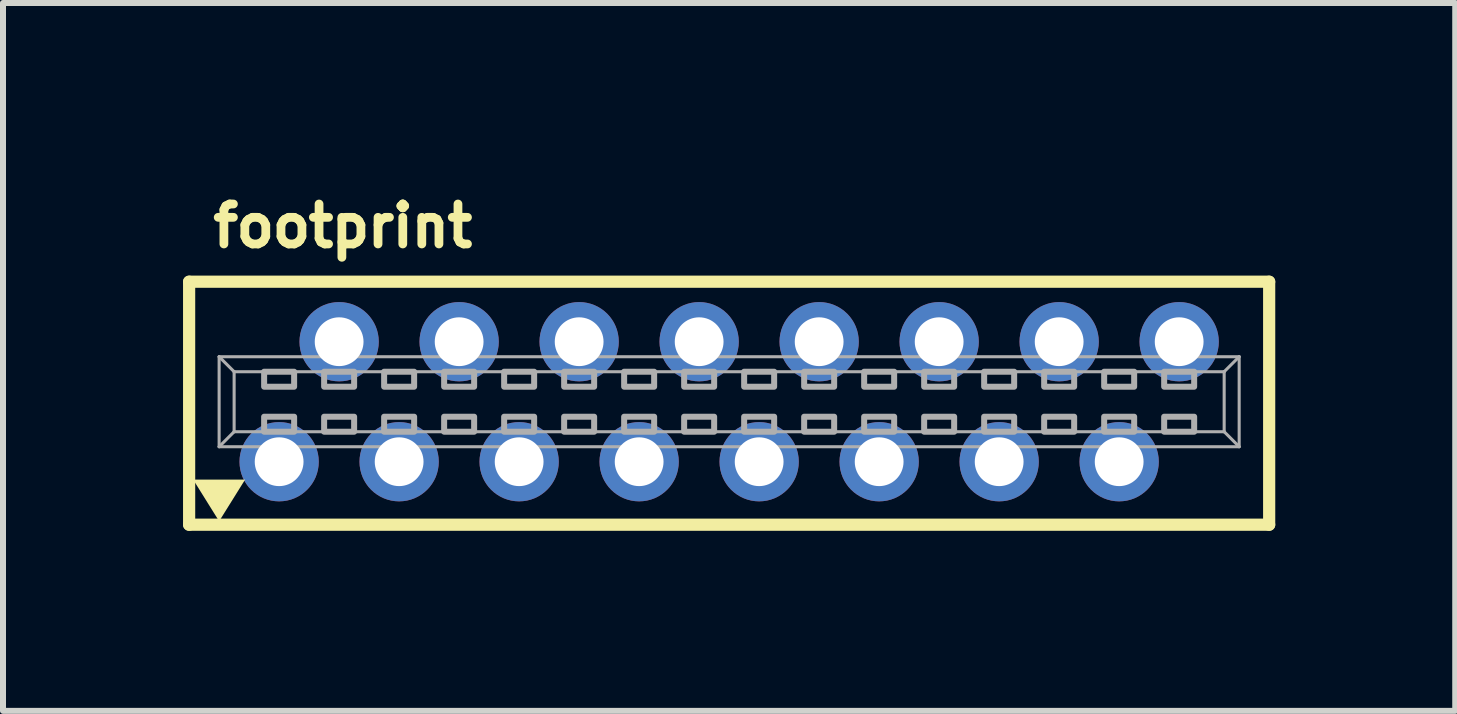
<source format=kicad_pcb>
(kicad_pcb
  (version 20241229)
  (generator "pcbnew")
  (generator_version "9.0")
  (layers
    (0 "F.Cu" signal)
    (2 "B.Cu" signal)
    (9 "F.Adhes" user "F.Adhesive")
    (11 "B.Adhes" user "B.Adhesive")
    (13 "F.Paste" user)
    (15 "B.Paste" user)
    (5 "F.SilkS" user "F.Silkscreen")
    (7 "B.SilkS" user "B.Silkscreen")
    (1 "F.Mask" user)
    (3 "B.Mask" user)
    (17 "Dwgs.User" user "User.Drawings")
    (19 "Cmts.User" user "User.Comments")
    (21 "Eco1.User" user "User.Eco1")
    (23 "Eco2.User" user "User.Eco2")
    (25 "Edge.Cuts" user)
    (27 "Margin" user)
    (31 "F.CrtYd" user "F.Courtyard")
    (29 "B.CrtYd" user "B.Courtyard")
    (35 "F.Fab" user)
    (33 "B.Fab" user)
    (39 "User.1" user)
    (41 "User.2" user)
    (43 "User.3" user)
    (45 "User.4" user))
  (footprint "footprint"
    (layer "F.Cu")
    (at 9.102 3.645)
    (property "Reference" "footprint" (at -8.675 -2.54 0) (layer "F.SilkS") (effects (font (size 0.666 0.666) (thickness 0.146)) (justify left bottom)))
    (fp_line (start -9 -2) (end -9 2.05) (stroke (width 0.203) (type solid)) (layer "F.SilkS"))
    (fp_line (start -9 2.05) (end 9 2.05) (stroke (width 0.203) (type solid)) (layer "F.SilkS"))
    (fp_line (start 9 -2) (end -9 -2) (stroke (width 0.203) (type solid)) (layer "F.SilkS"))
    (fp_line (start 9 -2) (end 9 2.05) (stroke (width 0.203) (type solid)) (layer "F.SilkS"))
    (fp_poly (pts (xy -8.5 1.992) (xy -8.933 1.298) (xy -8.067 1.298)) (stroke (width 0) (type solid)) (fill yes) (layer "F.SilkS"))
    (fp_line (start -8.5 -0.75) (end 8.5 -0.75) (stroke (width 0.051) (type solid)) (layer "F.Fab"))
    (fp_line (start -8.5 0.75) (end -8.5 -0.75) (stroke (width 0.051) (type solid)) (layer "F.Fab"))
    (fp_line (start -8.25 -0.5) (end -8.5 -0.75) (stroke (width 0.051) (type solid)) (layer "F.Fab"))
    (fp_line (start -8.25 -0.5) (end 8.25 -0.5) (stroke (width 0.051) (type solid)) (layer "F.Fab"))
    (fp_line (start -8.25 0.5) (end -8.5 0.75) (stroke (width 0.051) (type solid)) (layer "F.Fab"))
    (fp_line (start -8.25 0.5) (end -8.25 -0.5) (stroke (width 0.051) (type solid)) (layer "F.Fab"))
    (fp_line (start 8.25 -0.5) (end 8.25 0.5) (stroke (width 0.051) (type solid)) (layer "F.Fab"))
    (fp_line (start 8.25 -0.5) (end 8.5 -0.75) (stroke (width 0.051) (type solid)) (layer "F.Fab"))
    (fp_line (start 8.25 0.5) (end -8.25 0.5) (stroke (width 0.051) (type solid)) (layer "F.Fab"))
    (fp_line (start 8.25 0.5) (end 8.5 0.75) (stroke (width 0.051) (type solid)) (layer "F.Fab"))
    (fp_line (start 8.5 -0.75) (end 8.5 0.75) (stroke (width 0.051) (type solid)) (layer "F.Fab"))
    (fp_line (start 8.5 0.75) (end -8.5 0.75) (stroke (width 0.051) (type solid)) (layer "F.Fab"))
    (fp_poly (pts (xy -7.75 -0.25) (xy -7.25 -0.25) (xy -7.25 -0.5) (xy -7.75 -0.5)) (stroke (width 0.1) (type solid)) (fill no) (layer "F.Fab"))
    (fp_poly (pts (xy -7.75 0.5) (xy -7.25 0.5) (xy -7.25 0.25) (xy -7.75 0.25)) (stroke (width 0.1) (type solid)) (fill no) (layer "F.Fab"))
    (fp_poly (pts (xy -6.75 -0.25) (xy -6.25 -0.25) (xy -6.25 -0.5) (xy -6.75 -0.5)) (stroke (width 0.1) (type solid)) (fill no) (layer "F.Fab"))
    (fp_poly (pts (xy -6.75 0.5) (xy -6.25 0.5) (xy -6.25 0.25) (xy -6.75 0.25)) (stroke (width 0.1) (type solid)) (fill no) (layer "F.Fab"))
    (fp_poly (pts (xy -5.75 -0.25) (xy -5.25 -0.25) (xy -5.25 -0.5) (xy -5.75 -0.5)) (stroke (width 0.1) (type solid)) (fill no) (layer "F.Fab"))
    (fp_poly (pts (xy -5.75 0.5) (xy -5.25 0.5) (xy -5.25 0.25) (xy -5.75 0.25)) (stroke (width 0.1) (type solid)) (fill no) (layer "F.Fab"))
    (fp_poly (pts (xy -4.75 -0.25) (xy -4.25 -0.25) (xy -4.25 -0.5) (xy -4.75 -0.5)) (stroke (width 0.1) (type solid)) (fill no) (layer "F.Fab"))
    (fp_poly (pts (xy -4.75 0.5) (xy -4.25 0.5) (xy -4.25 0.25) (xy -4.75 0.25)) (stroke (width 0.1) (type solid)) (fill no) (layer "F.Fab"))
    (fp_poly (pts (xy -3.75 -0.25) (xy -3.25 -0.25) (xy -3.25 -0.5) (xy -3.75 -0.5)) (stroke (width 0.1) (type solid)) (fill no) (layer "F.Fab"))
    (fp_poly (pts (xy -3.75 0.5) (xy -3.25 0.5) (xy -3.25 0.25) (xy -3.75 0.25)) (stroke (width 0.1) (type solid)) (fill no) (layer "F.Fab"))
    (fp_poly (pts (xy -2.75 -0.25) (xy -2.25 -0.25) (xy -2.25 -0.5) (xy -2.75 -0.5)) (stroke (width 0.1) (type solid)) (fill no) (layer "F.Fab"))
    (fp_poly (pts (xy -2.75 0.5) (xy -2.25 0.5) (xy -2.25 0.25) (xy -2.75 0.25)) (stroke (width 0.1) (type solid)) (fill no) (layer "F.Fab"))
    (fp_poly (pts (xy -1.75 -0.25) (xy -1.25 -0.25) (xy -1.25 -0.5) (xy -1.75 -0.5)) (stroke (width 0.1) (type solid)) (fill no) (layer "F.Fab"))
    (fp_poly (pts (xy -1.75 0.5) (xy -1.25 0.5) (xy -1.25 0.25) (xy -1.75 0.25)) (stroke (width 0.1) (type solid)) (fill no) (layer "F.Fab"))
    (fp_poly (pts (xy -0.75 -0.25) (xy -0.25 -0.25) (xy -0.25 -0.5) (xy -0.75 -0.5)) (stroke (width 0.1) (type solid)) (fill no) (layer "F.Fab"))
    (fp_poly (pts (xy -0.75 0.5) (xy -0.25 0.5) (xy -0.25 0.25) (xy -0.75 0.25)) (stroke (width 0.1) (type solid)) (fill no) (layer "F.Fab"))
    (fp_poly (pts (xy 0.25 -0.25) (xy 0.75 -0.25) (xy 0.75 -0.5) (xy 0.25 -0.5)) (stroke (width 0.1) (type solid)) (fill no) (layer "F.Fab"))
    (fp_poly (pts (xy 0.25 0.5) (xy 0.75 0.5) (xy 0.75 0.25) (xy 0.25 0.25)) (stroke (width 0.1) (type solid)) (fill no) (layer "F.Fab"))
    (fp_poly (pts (xy 1.25 -0.25) (xy 1.75 -0.25) (xy 1.75 -0.5) (xy 1.25 -0.5)) (stroke (width 0.1) (type solid)) (fill no) (layer "F.Fab"))
    (fp_poly (pts (xy 1.25 0.5) (xy 1.75 0.5) (xy 1.75 0.25) (xy 1.25 0.25)) (stroke (width 0.1) (type solid)) (fill no) (layer "F.Fab"))
    (fp_poly (pts (xy 2.25 -0.25) (xy 2.75 -0.25) (xy 2.75 -0.5) (xy 2.25 -0.5)) (stroke (width 0.1) (type solid)) (fill no) (layer "F.Fab"))
    (fp_poly (pts (xy 2.25 0.5) (xy 2.75 0.5) (xy 2.75 0.25) (xy 2.25 0.25)) (stroke (width 0.1) (type solid)) (fill no) (layer "F.Fab"))
    (fp_poly (pts (xy 3.25 -0.25) (xy 3.75 -0.25) (xy 3.75 -0.5) (xy 3.25 -0.5)) (stroke (width 0.1) (type solid)) (fill no) (layer "F.Fab"))
    (fp_poly (pts (xy 3.25 0.5) (xy 3.75 0.5) (xy 3.75 0.25) (xy 3.25 0.25)) (stroke (width 0.1) (type solid)) (fill no) (layer "F.Fab"))
    (fp_poly (pts (xy 4.25 -0.25) (xy 4.75 -0.25) (xy 4.75 -0.5) (xy 4.25 -0.5)) (stroke (width 0.1) (type solid)) (fill no) (layer "F.Fab"))
    (fp_poly (pts (xy 4.25 0.5) (xy 4.75 0.5) (xy 4.75 0.25) (xy 4.25 0.25)) (stroke (width 0.1) (type solid)) (fill no) (layer "F.Fab"))
    (fp_poly (pts (xy 5.25 -0.25) (xy 5.75 -0.25) (xy 5.75 -0.5) (xy 5.25 -0.5)) (stroke (width 0.1) (type solid)) (fill no) (layer "F.Fab"))
    (fp_poly (pts (xy 5.25 0.5) (xy 5.75 0.5) (xy 5.75 0.25) (xy 5.25 0.25)) (stroke (width 0.1) (type solid)) (fill no) (layer "F.Fab"))
    (fp_poly (pts (xy 6.25 -0.25) (xy 6.75 -0.25) (xy 6.75 -0.5) (xy 6.25 -0.5)) (stroke (width 0.1) (type solid)) (fill no) (layer "F.Fab"))
    (fp_poly (pts (xy 6.25 0.5) (xy 6.75 0.5) (xy 6.75 0.25) (xy 6.25 0.25)) (stroke (width 0.1) (type solid)) (fill no) (layer "F.Fab"))
    (fp_poly (pts (xy 7.25 -0.25) (xy 7.75 -0.25) (xy 7.75 -0.5) (xy 7.25 -0.5)) (stroke (width 0.1) (type solid)) (fill no) (layer "F.Fab"))
    (fp_poly (pts (xy 7.25 0.5) (xy 7.75 0.5) (xy 7.75 0.25) (xy 7.25 0.25)) (stroke (width 0.1) (type solid)) (fill no) (layer "F.Fab"))
    (pad "1" thru_hole circle (at -7.5 1) (size 1.321 1.321) (drill 0.813) (layers "*.Cu" "*.Mask"))
    (pad "2" thru_hole circle (at -6.5 -1) (size 1.321 1.321) (drill 0.813) (layers "*.Cu" "*.Mask"))
    (pad "3" thru_hole circle (at -5.5 1) (size 1.321 1.321) (drill 0.813) (layers "*.Cu" "*.Mask"))
    (pad "4" thru_hole circle (at -4.5 -1) (size 1.321 1.321) (drill 0.813) (layers "*.Cu" "*.Mask"))
    (pad "5" thru_hole circle (at -3.5 1) (size 1.321 1.321) (drill 0.813) (layers "*.Cu" "*.Mask"))
    (pad "6" thru_hole circle (at -2.5 -1) (size 1.321 1.321) (drill 0.813) (layers "*.Cu" "*.Mask"))
    (pad "7" thru_hole circle (at -1.5 1) (size 1.321 1.321) (drill 0.813) (layers "*.Cu" "*.Mask"))
    (pad "8" thru_hole circle (at -0.5 -1) (size 1.321 1.321) (drill 0.813) (layers "*.Cu" "*.Mask"))
    (pad "9" thru_hole circle (at 0.5 1) (size 1.321 1.321) (drill 0.813) (layers "*.Cu" "*.Mask"))
    (pad "10" thru_hole circle (at 1.5 -1) (size 1.321 1.321) (drill 0.813) (layers "*.Cu" "*.Mask"))
    (pad "11" thru_hole circle (at 2.5 1) (size 1.321 1.321) (drill 0.813) (layers "*.Cu" "*.Mask"))
    (pad "12" thru_hole circle (at 3.5 -1) (size 1.321 1.321) (drill 0.813) (layers "*.Cu" "*.Mask"))
    (pad "13" thru_hole circle (at 4.5 1) (size 1.321 1.321) (drill 0.813) (layers "*.Cu" "*.Mask"))
    (pad "14" thru_hole circle (at 5.5 -1) (size 1.321 1.321) (drill 0.813) (layers "*.Cu" "*.Mask"))
    (pad "15" thru_hole circle (at 6.5 1) (size 1.321 1.321) (drill 0.813) (layers "*.Cu" "*.Mask"))
    (pad "16" thru_hole circle (at 7.5 -1) (size 1.321 1.321) (drill 0.813) (layers "*.Cu" "*.Mask")))
  (gr_rect
    (start -3 -3)
    (end 21.203 8.797)
    (stroke (width 0.1) (type default))
    (fill no)
    (layer "Edge.Cuts")))
</source>
